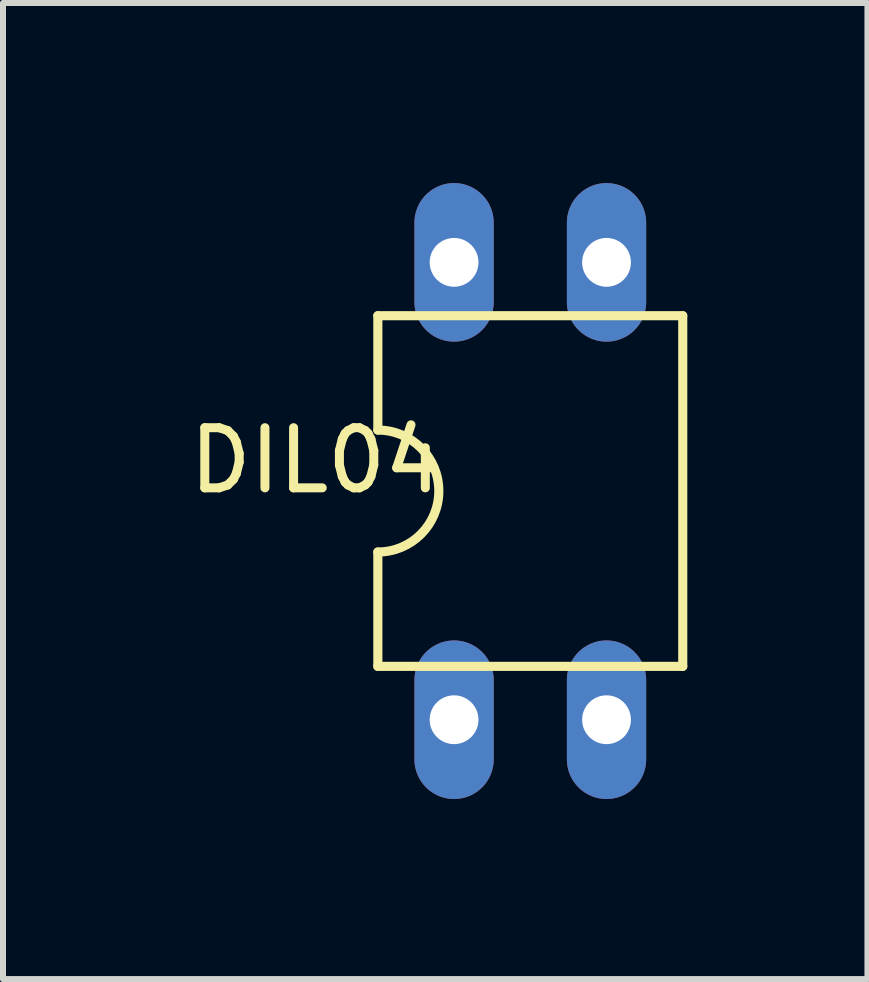
<source format=kicad_pcb>
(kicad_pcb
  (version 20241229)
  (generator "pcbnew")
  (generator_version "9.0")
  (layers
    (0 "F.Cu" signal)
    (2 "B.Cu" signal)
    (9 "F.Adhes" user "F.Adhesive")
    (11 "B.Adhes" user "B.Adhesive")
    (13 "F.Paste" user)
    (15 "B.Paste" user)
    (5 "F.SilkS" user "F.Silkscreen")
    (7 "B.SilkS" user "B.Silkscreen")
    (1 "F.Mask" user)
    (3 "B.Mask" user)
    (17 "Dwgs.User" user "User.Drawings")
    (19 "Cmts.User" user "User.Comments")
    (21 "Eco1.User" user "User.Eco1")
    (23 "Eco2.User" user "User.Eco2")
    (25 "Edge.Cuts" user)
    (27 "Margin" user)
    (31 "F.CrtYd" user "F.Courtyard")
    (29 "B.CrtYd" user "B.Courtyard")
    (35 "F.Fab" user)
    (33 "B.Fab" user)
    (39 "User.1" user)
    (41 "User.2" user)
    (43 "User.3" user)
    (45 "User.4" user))
  (footprint "DIL04"
    (layer "F.Cu")
    (at 5.785 5.131)
    (property "Reference" "DIL04" (at -3.562 -0.509 180) (layer "F.SilkS") (effects (font (size 1.002 1.002) (thickness 0.15))))
    (attr through_hole)
    (fp_line (start -2.54 -2.921) (end -2.54 -1.016) (stroke (width 0.152) (type solid)) (layer "F.SilkS"))
    (fp_line (start -2.54 2.921) (end -2.54 1.016) (stroke (width 0.152) (type solid)) (layer "F.SilkS"))
    (fp_line (start -2.54 2.921) (end 2.54 2.921) (stroke (width 0.152) (type solid)) (layer "F.SilkS"))
    (fp_line (start 2.54 -2.921) (end -2.54 -2.921) (stroke (width 0.152) (type solid)) (layer "F.SilkS"))
    (fp_line (start 2.54 -2.921) (end 2.54 2.921) (stroke (width 0.152) (type solid)) (layer "F.SilkS"))
    (fp_arc (start -2.54 -1.016) (mid -1.524 0) (end -2.54 1.016) (stroke (width 0.1524) (type solid)) (layer "F.SilkS"))
    (pad "1" thru_hole oval (at -1.27 3.81) (size 1.321 2.642) (drill 0.813) (layers "*.Cu" "*.Mask"))
    (pad "2" thru_hole oval (at 1.27 3.81) (size 1.321 2.642) (drill 0.813) (layers "*.Cu" "*.Mask"))
    (pad "3" thru_hole oval (at 1.27 -3.81) (size 1.321 2.642) (drill 0.813) (layers "*.Cu" "*.Mask"))
    (pad "4" thru_hole oval (at -1.27 -3.81) (size 1.321 2.642) (drill 0.813) (layers "*.Cu" "*.Mask")))
  (gr_rect
    (start -3 -3)
    (end 11.402 13.262)
    (stroke (width 0.1) (type default))
    (fill no)
    (layer "Edge.Cuts")))
</source>
